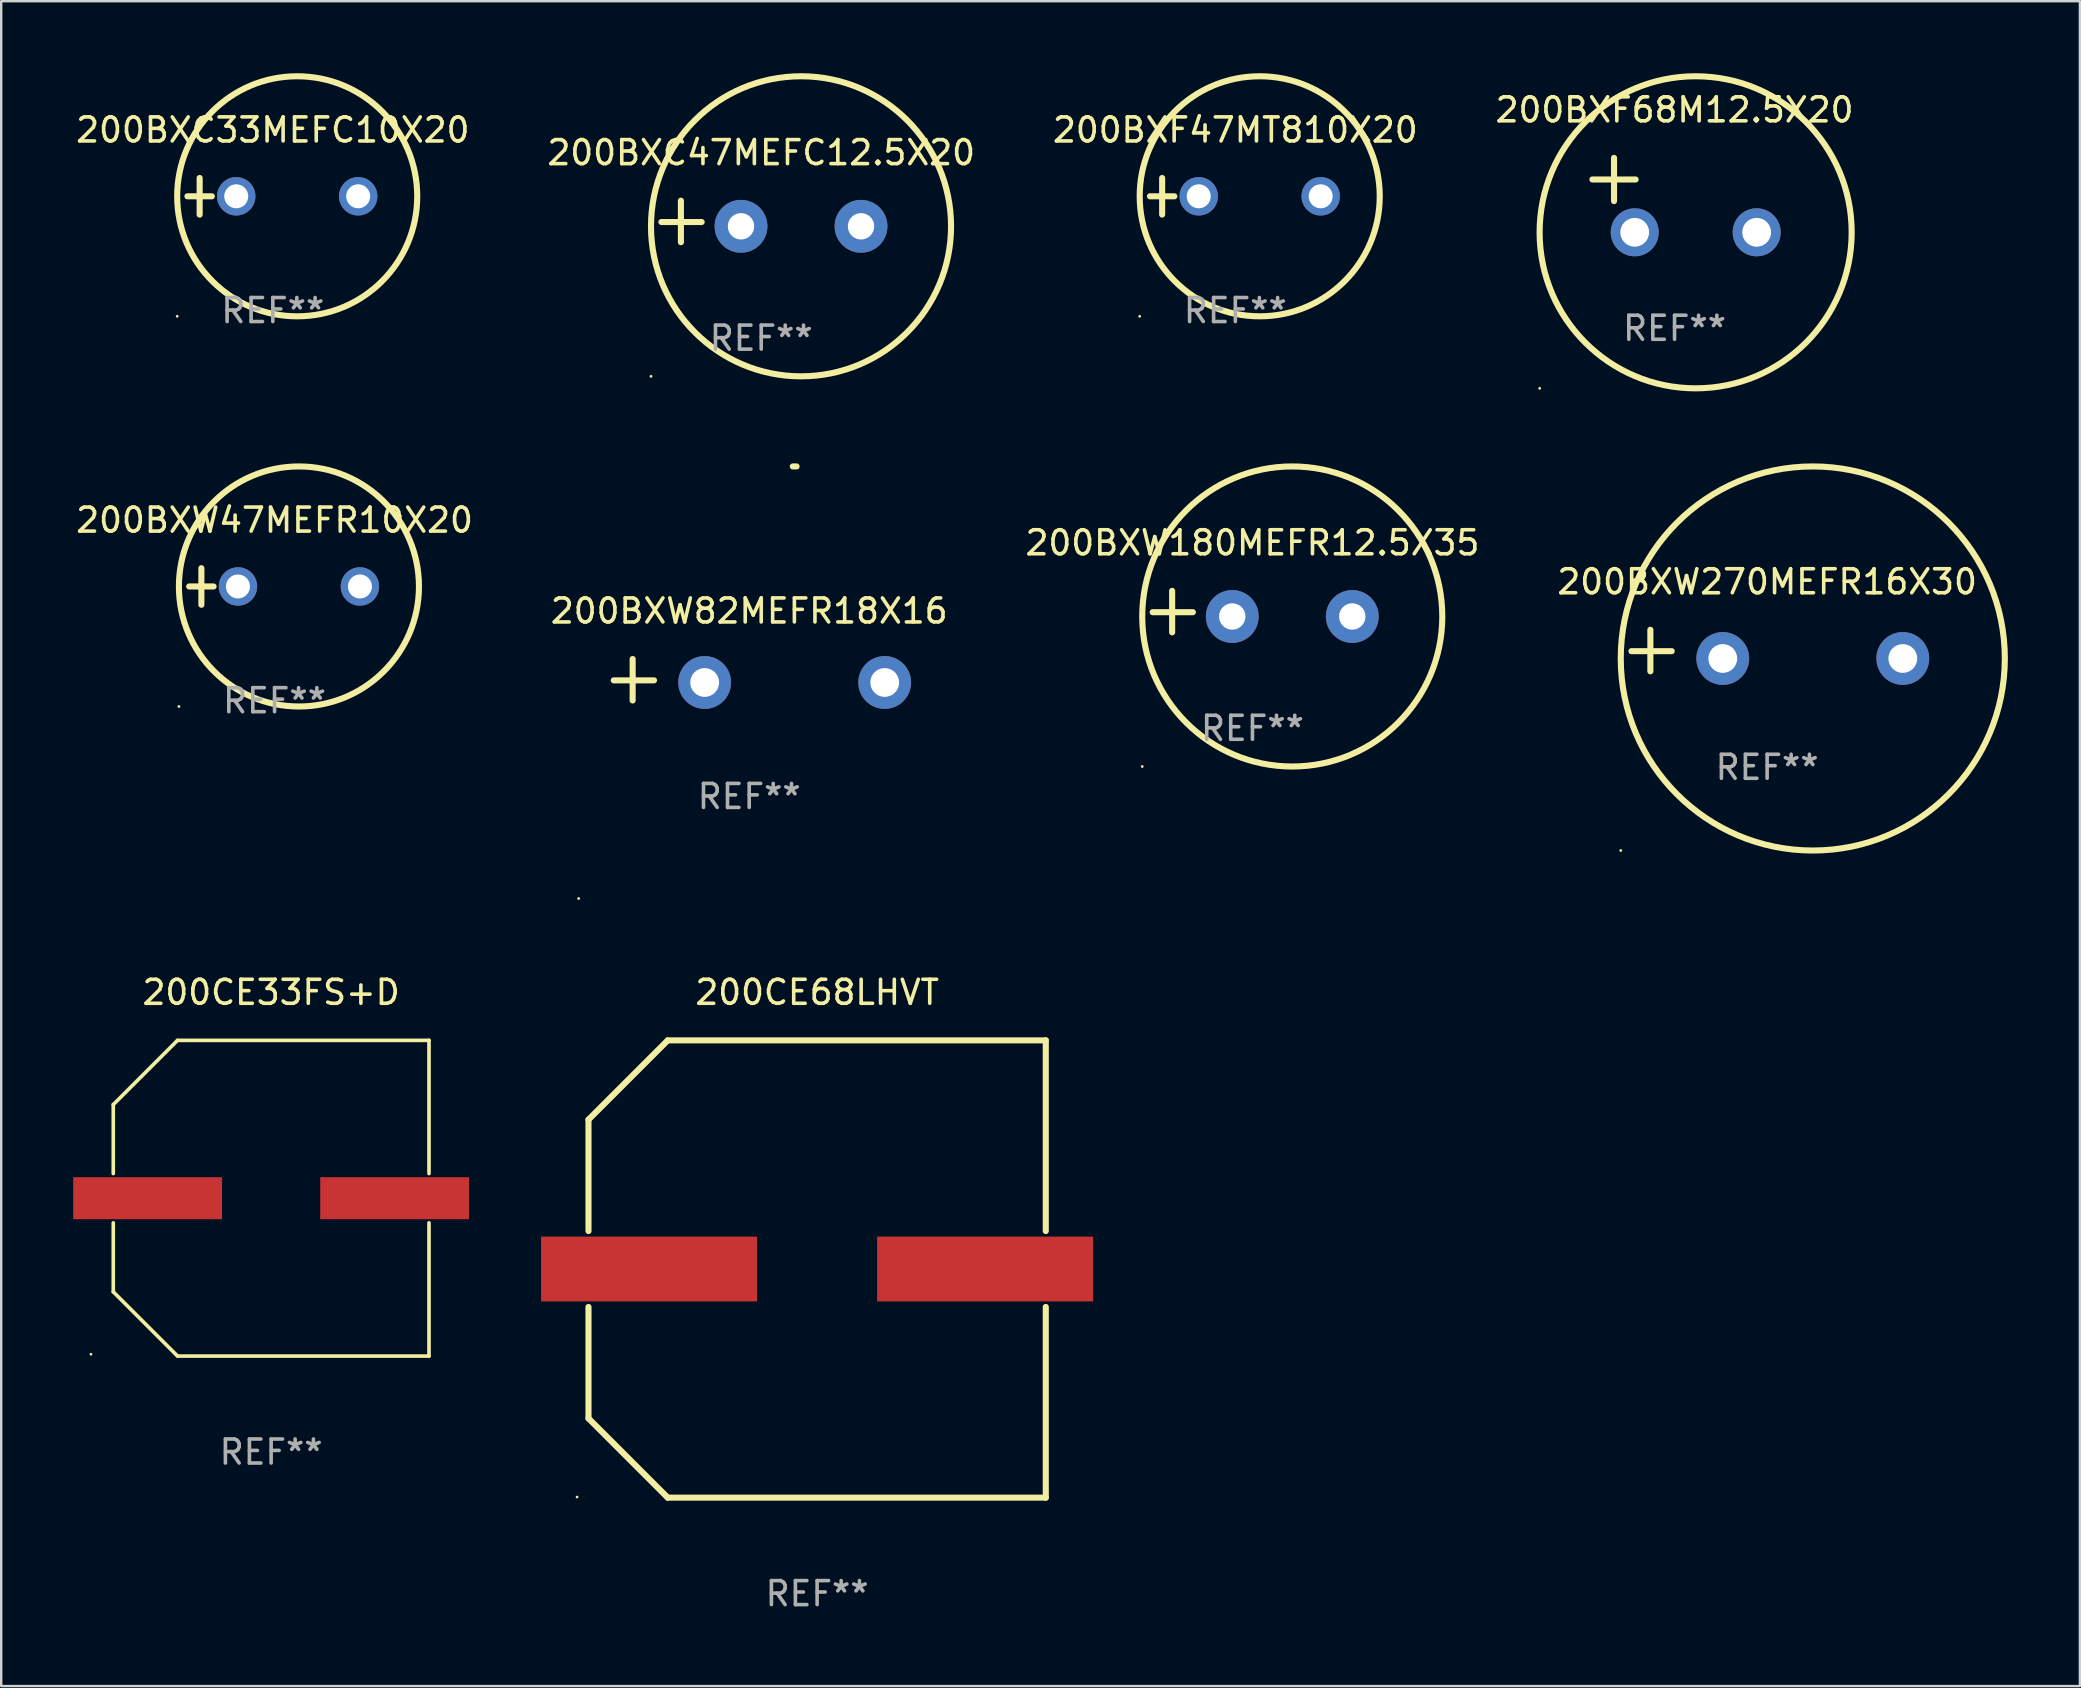
<source format=kicad_pcb>
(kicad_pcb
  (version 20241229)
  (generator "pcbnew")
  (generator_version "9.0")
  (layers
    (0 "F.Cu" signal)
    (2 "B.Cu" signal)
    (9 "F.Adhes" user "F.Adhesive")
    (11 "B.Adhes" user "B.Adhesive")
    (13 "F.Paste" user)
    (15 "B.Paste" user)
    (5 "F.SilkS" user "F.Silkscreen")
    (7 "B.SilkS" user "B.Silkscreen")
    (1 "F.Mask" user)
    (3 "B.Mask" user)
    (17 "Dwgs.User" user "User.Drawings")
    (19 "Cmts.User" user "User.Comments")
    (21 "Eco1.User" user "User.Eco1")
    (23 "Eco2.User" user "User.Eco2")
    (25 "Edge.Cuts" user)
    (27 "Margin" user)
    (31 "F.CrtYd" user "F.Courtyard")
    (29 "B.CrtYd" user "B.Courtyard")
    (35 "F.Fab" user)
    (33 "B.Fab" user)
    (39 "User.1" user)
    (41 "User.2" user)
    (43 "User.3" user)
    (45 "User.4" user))
  (footprint "200CE68LHVT"
    (layer "F.Cu")
    (at 30.99 49.814)
    (property "Reference" "200CE68LHVT" (at 0 -11.525 0) (layer "F.SilkS") (effects (font (size 1 1) (thickness 0.15))))
    (attr through_hole)
    (fp_line (start -9.525 -1.581) (end -9.525 -6.223) (stroke (width 0.254) (type solid)) (layer "F.SilkS"))
    (fp_line (start -9.525 6.223) (end -9.525 1.581) (stroke (width 0.254) (type solid)) (layer "F.SilkS"))
    (fp_line (start -9.525 6.223) (end -6.223 9.525) (stroke (width 0.254) (type solid)) (layer "F.SilkS"))
    (fp_line (start -6.223 -9.525) (end -9.525 -6.223) (stroke (width 0.254) (type solid)) (layer "F.SilkS"))
    (fp_line (start -6.223 9.525) (end 9.525 9.525) (stroke (width 0.254) (type solid)) (layer "F.SilkS"))
    (fp_line (start 9.525 -9.525) (end -6.223 -9.525) (stroke (width 0.254) (type solid)) (layer "F.SilkS"))
    (fp_line (start 9.525 -9.525) (end 9.525 -1.581) (stroke (width 0.254) (type solid)) (layer "F.SilkS"))
    (fp_line (start 9.525 1.581) (end 9.525 9.525) (stroke (width 0.254) (type solid)) (layer "F.SilkS"))
    (fp_circle (center -10 9.5) (end -9.97 9.5) (stroke (width 0.06) (type solid)) (fill no) (layer "F.SilkS"))
    (fp_text user "REF**" (at 0 13.525 0) (layer "F.Fab") (effects (font (size 1 1) (thickness 0.15))))
    (pad "1" smd rect (at -7 0) (size 9 2.7) (layers "F.Cu" "F.Mask" "F.Paste"))
    (pad "2" smd rect (at 7 0) (size 9 2.7) (layers "F.Cu" "F.Mask" "F.Paste")))
  (footprint "200BXW47MEFR10X20"
    (layer "F.Cu")
    (at 8.387 21.381)
    (property "Reference" "200BXW47MEFR10X20" (at 0 -2.762 0) (layer "F.SilkS") (effects (font (size 1 1) (thickness 0.15))))
    (attr through_hole)
    (fp_line (start -3.556 0) (end -2.54 0) (stroke (width 0.254) (type solid)) (layer "F.SilkS"))
    (fp_line (start -3.048 -0.762) (end -3.048 0.762) (stroke (width 0.254) (type solid)) (layer "F.SilkS"))
    (fp_circle (center -3.984 5) (end -3.954 5) (stroke (width 0.06) (type solid)) (fill no) (layer "F.SilkS"))
    (fp_circle (center 1.016 0) (end 6.016 0) (stroke (width 0.254) (type solid)) (fill no) (layer "F.SilkS"))
    (fp_text user "REF**" (at 0 4.762 0) (layer "F.Fab") (effects (font (size 1 1) (thickness 0.15))))
    (pad "1" thru_hole circle (at -1.524 0) (size 1.6 1.6) (drill 1) (layers "*.Cu" "*.Mask"))
    (pad "2" thru_hole circle (at 3.556 0) (size 1.6 1.6) (drill 1) (layers "*.Cu" "*.Mask")))
  (footprint "200BXF47MT810X20"
    (layer "F.Cu")
    (at 48.411 5.127)
    (property "Reference" "200BXF47MT810X20" (at 0 -2.762 0) (layer "F.SilkS") (effects (font (size 1 1) (thickness 0.15))))
    (attr through_hole)
    (fp_line (start -3.556 0) (end -2.54 0) (stroke (width 0.254) (type solid)) (layer "F.SilkS"))
    (fp_line (start -3.048 -0.762) (end -3.048 0.762) (stroke (width 0.254) (type solid)) (layer "F.SilkS"))
    (fp_circle (center -3.984 5) (end -3.954 5) (stroke (width 0.06) (type solid)) (fill no) (layer "F.SilkS"))
    (fp_circle (center 1.016 0) (end 6.016 0) (stroke (width 0.254) (type solid)) (fill no) (layer "F.SilkS"))
    (fp_text user "REF**" (at 0 4.762 0) (layer "F.Fab") (effects (font (size 1 1) (thickness 0.15))))
    (pad "1" thru_hole circle (at -1.524 0) (size 1.6 1.6) (drill 1) (layers "*.Cu" "*.Mask"))
    (pad "2" thru_hole circle (at 3.556 0) (size 1.6 1.6) (drill 1) (layers "*.Cu" "*.Mask")))
  (footprint "200BXC47MEFC12.5X20"
    (layer "F.Cu")
    (at 28.661 6.174)
    (property "Reference" "200BXC47MEFC12.5X20" (at 0 -2.864 0) (layer "F.SilkS") (effects (font (size 1 1) (thickness 0.15))))
    (attr through_hole)
    (fp_line (start -3.346 0.864) (end -3.346 -0.864) (stroke (width 0.254) (type solid)) (layer "F.SilkS"))
    (fp_line (start -2.482 0.025) (end -4.158 0.025) (stroke (width 0.254) (type solid)) (layer "F.SilkS"))
    (fp_circle (center -4.592 6.453) (end -4.562 6.453) (stroke (width 0.06) (type solid)) (fill no) (layer "F.SilkS"))
    (fp_circle (center 1.658 0.203) (end 7.908 0.203) (stroke (width 0.254) (type solid)) (fill no) (layer "F.SilkS"))
    (fp_text user "REF**" (at 0 4.864 0) (layer "F.Fab") (effects (font (size 1 1) (thickness 0.15))))
    (pad "1" thru_hole circle (at -0.842 0.203) (size 2.2 2.2) (drill 1.1) (layers "*.Cu" "*.Mask"))
    (pad "2" thru_hole circle (at 4.158 0.203) (size 2.2 2.2) (drill 1.1) (layers "*.Cu" "*.Mask")))
  (footprint "200BXW82MEFR18X16"
    (layer "F.Cu")
    (at 28.161 25.267)
    (property "Reference" "200BXW82MEFR18X16" (at 0 -2.864 0) (layer "F.SilkS") (effects (font (size 1 1) (thickness 0.15))))
    (attr through_hole)
    (fp_line (start -4.856 0.864) (end -4.856 -0.864) (stroke (width 0.254) (type solid)) (layer "F.SilkS"))
    (fp_line (start -3.967 0.025) (end -5.644 0.025) (stroke (width 0.254) (type solid)) (layer "F.SilkS"))
    (fp_arc (start 1.815024 -8.885649) (mid 1.893764 -8.88599) (end 1.972504 -8.885649) (stroke (width 0.254001) (type solid)) (layer "F.SilkS"))
    (fp_circle (center -7.106 9.114) (end -7.076 9.114) (stroke (width 0.06) (type solid)) (fill no) (layer "F.SilkS"))
    (fp_text user "REF**" (at 0 4.864 0) (layer "F.Fab") (effects (font (size 1 1) (thickness 0.15))))
    (pad "1" thru_hole circle (at -1.856 0.114) (size 2.2 2.2) (drill 1.2) (layers "*.Cu" "*.Mask"))
    (pad "2" thru_hole circle (at 5.644 0.114) (size 2.2 2.2) (drill 1.2) (layers "*.Cu" "*.Mask")))
  (footprint "200BXF68M12.5X20"
    (layer "F.Cu")
    (at 66.708 5.077)
    (property "Reference" "200BXF68M12.5X20" (at 0 -3.55 0) (layer "F.SilkS") (effects (font (size 1 1) (thickness 0.15))))
    (attr through_hole)
    (fp_line (start -3.421 -0.65) (end -1.621 -0.65) (stroke (width 0.254) (type solid)) (layer "F.SilkS"))
    (fp_line (start -2.521 -1.55) (end -2.521 0.25) (stroke (width 0.254) (type solid)) (layer "F.SilkS"))
    (fp_circle (center -5.619 8.05) (end -5.589 8.05) (stroke (width 0.06) (type solid)) (fill no) (layer "F.SilkS"))
    (fp_circle (center 0.879 1.55) (end 7.379 1.55) (stroke (width 0.254) (type solid)) (fill no) (layer "F.SilkS"))
    (fp_text user "REF**" (at 0 5.55 0) (layer "F.Fab") (effects (font (size 1 1) (thickness 0.15))))
    (pad "1" thru_hole circle (at -1.659 1.55) (size 2 2) (drill 1.2) (layers "*.Cu" "*.Mask"))
    (pad "2" thru_hole circle (at 3.421 1.55) (size 2 2) (drill 1.2) (layers "*.Cu" "*.Mask")))
  (footprint "200CE33FS+D"
    (layer "F.Cu")
    (at 8.245 46.865)
    (property "Reference" "200CE33FS+D" (at 0 -8.576 0) (layer "F.SilkS") (effects (font (size 1 1) (thickness 0.15))))
    (attr through_hole)
    (fp_line (start -6.576 -3.9) (end -6.576 -1.027) (stroke (width 0.152) (type solid)) (layer "F.SilkS"))
    (fp_line (start -6.576 3.9) (end -6.576 1.027) (stroke (width 0.152) (type solid)) (layer "F.SilkS"))
    (fp_line (start -3.9 -6.576) (end -6.576 -3.9) (stroke (width 0.152) (type solid)) (layer "F.SilkS"))
    (fp_line (start -3.9 6.576) (end -6.576 3.9) (stroke (width 0.152) (type solid)) (layer "F.SilkS"))
    (fp_line (start 6.576 -6.576) (end -3.9 -6.576) (stroke (width 0.152) (type solid)) (layer "F.SilkS"))
    (fp_line (start 6.576 -1.027) (end 6.576 -6.576) (stroke (width 0.152) (type solid)) (layer "F.SilkS"))
    (fp_line (start 6.576 1.027) (end 6.576 6.576) (stroke (width 0.152) (type solid)) (layer "F.SilkS"))
    (fp_line (start 6.576 6.576) (end -3.9 6.576) (stroke (width 0.152) (type solid)) (layer "F.SilkS"))
    (fp_circle (center -7.506 6.5) (end -7.476 6.5) (stroke (width 0.06) (type solid)) (fill no) (layer "F.SilkS"))
    (fp_text user "REF**" (at 0 10.576 0) (layer "F.Fab") (effects (font (size 1 1) (thickness 0.15))))
    (pad "1" smd rect (at -5.145 0) (size 6.2 1.75) (layers "F.Cu" "F.Mask" "F.Paste"))
    (pad "2" smd rect (at 5.145 0) (size 6.2 1.75) (layers "F.Cu" "F.Mask" "F.Paste")))
  (footprint "200BXC33MEFC10X20"
    (layer "F.Cu")
    (at 8.315 5.127)
    (property "Reference" "200BXC33MEFC10X20" (at 0 -2.762 0) (layer "F.SilkS") (effects (font (size 1 1) (thickness 0.15))))
    (attr through_hole)
    (fp_line (start -3.556 0) (end -2.54 0) (stroke (width 0.254) (type solid)) (layer "F.SilkS"))
    (fp_line (start -3.048 -0.762) (end -3.048 0.762) (stroke (width 0.254) (type solid)) (layer "F.SilkS"))
    (fp_circle (center -3.984 5) (end -3.954 5) (stroke (width 0.06) (type solid)) (fill no) (layer "F.SilkS"))
    (fp_circle (center 1.016 0) (end 6.016 0) (stroke (width 0.254) (type solid)) (fill no) (layer "F.SilkS"))
    (fp_text user "REF**" (at 0 4.762 0) (layer "F.Fab") (effects (font (size 1 1) (thickness 0.15))))
    (pad "1" thru_hole circle (at -1.524 0) (size 1.6 1.6) (drill 1) (layers "*.Cu" "*.Mask"))
    (pad "2" thru_hole circle (at 3.556 0) (size 1.6 1.6) (drill 1) (layers "*.Cu" "*.Mask")))
  (footprint "200BXW180MEFR12.5X35"
    (layer "F.Cu")
    (at 49.125 22.428)
    (property "Reference" "200BXW180MEFR12.5X35" (at 0 -2.864 0) (layer "F.SilkS") (effects (font (size 1 1) (thickness 0.15))))
    (attr through_hole)
    (fp_line (start -3.346 0.864) (end -3.346 -0.864) (stroke (width 0.254) (type solid)) (layer "F.SilkS"))
    (fp_line (start -2.482 0.025) (end -4.158 0.025) (stroke (width 0.254) (type solid)) (layer "F.SilkS"))
    (fp_circle (center -4.592 6.453) (end -4.562 6.453) (stroke (width 0.06) (type solid)) (fill no) (layer "F.SilkS"))
    (fp_circle (center 1.658 0.203) (end 7.908 0.203) (stroke (width 0.254) (type solid)) (fill no) (layer "F.SilkS"))
    (fp_text user "REF**" (at 0 4.864 0) (layer "F.Fab") (effects (font (size 1 1) (thickness 0.15))))
    (pad "1" thru_hole circle (at -0.842 0.203) (size 2.2 2.2) (drill 1.1) (layers "*.Cu" "*.Mask"))
    (pad "2" thru_hole circle (at 4.158 0.203) (size 2.2 2.2) (drill 1.1) (layers "*.Cu" "*.Mask")))
  (footprint "200BXW270MEFR16X30"
    (layer "F.Cu")
    (at 70.565 24.051)
    (property "Reference" "200BXW270MEFR16X30" (at 0 -2.864 0) (layer "F.SilkS") (effects (font (size 1 1) (thickness 0.15))))
    (attr through_hole)
    (fp_line (start -4.864 0.864) (end -4.864 -0.864) (stroke (width 0.254) (type solid)) (layer "F.SilkS"))
    (fp_line (start -3.975 0.025) (end -5.652 0.025) (stroke (width 0.254) (type solid)) (layer "F.SilkS"))
    (fp_circle (center -6.098 8.33) (end -6.068 8.33) (stroke (width 0.06) (type solid)) (fill no) (layer "F.SilkS"))
    (fp_circle (center 1.902 0.33) (end 9.902 0.33) (stroke (width 0.254) (type solid)) (fill no) (layer "F.SilkS"))
    (fp_text user "REF**" (at 0 4.864 0) (layer "F.Fab") (effects (font (size 1 1) (thickness 0.15))))
    (pad "1" thru_hole circle (at -1.848 0.33) (size 2.2 2.2) (drill 1.2) (layers "*.Cu" "*.Mask"))
    (pad "2" thru_hole circle (at 5.652 0.33) (size 2.2 2.2) (drill 1.2) (layers "*.Cu" "*.Mask")))
  (gr_rect
    (start -3 -3)
    (end 83.594 67.187)
    (stroke (width 0.1) (type default))
    (fill no)
    (layer "Edge.Cuts")))
</source>
